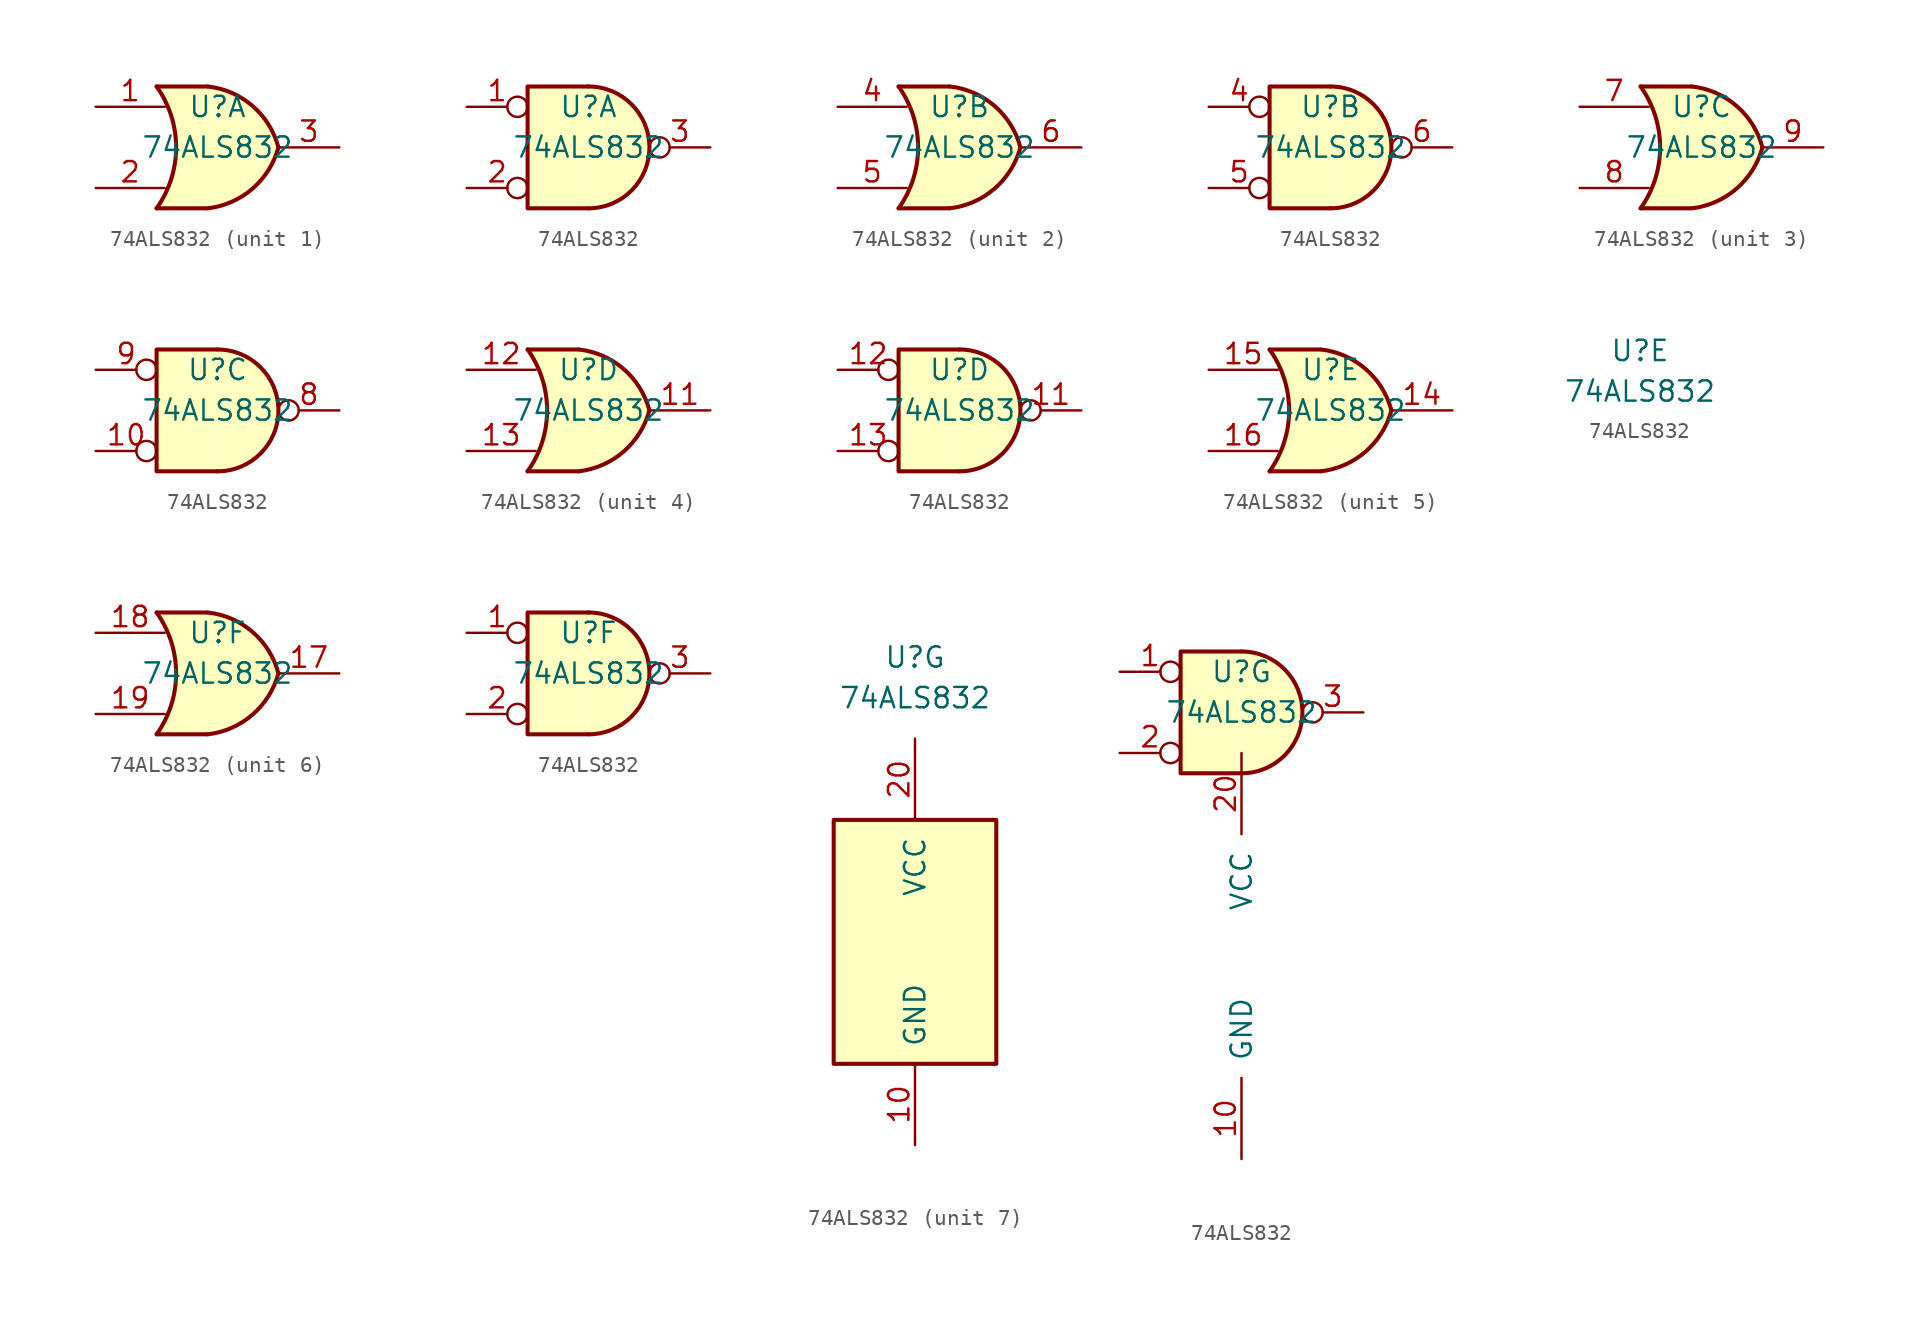
<source format=kicad_sym>
(kicad_symbol_lib
  (version 20220914)
  (generator kicad_symbol_editor)
  (symbol "74ALS832"
    (pin_names
      (offset 1.016))
    (property "Reference" "U"
      (at 0 2.54 0)
      (effects (font (size 1.27 1.27))))
    (property "Value" "74ALS832"
      (at 0 0 0)
      (effects (font (size 1.27 1.27))))
    (property "ki_locked" ""
      (at 0 0 0)
      (effects (font (size 1.27 1.27))))
    (symbol "74ALS832_1_1"
      (arc (start -3.81 -3.81) (mid -2.589 0) (end -3.81 3.81) (stroke (width 0.254) (type default)) (fill (type none)))
      (arc (start -0.6096 -3.81) (mid 2.1842 -2.5851) (end 3.81 0) (stroke (width 0.254) (type default)) (fill (type background)))
      (polyline (pts (xy -3.81 -3.81) (xy -0.635 -3.81)) (stroke (width 0.254) (type default)) (fill (type background)))
      (polyline (pts (xy -3.81 3.81) (xy -0.635 3.81)) (stroke (width 0.254) (type default)) (fill (type background)))
      (polyline (pts (xy -0.635 3.81) (xy -3.81 3.81) (xy -3.81 3.81) (xy -3.556 3.404) (xy -3.023 2.261) (xy -2.692 1.041) (xy -2.616 -0.254) (xy -2.769 -1.499) (xy -3.175 -2.718) (xy -3.81 -3.81) (xy -3.81 -3.81) (xy -0.635 -3.81)) (stroke (width -25.4) (type default)) (fill (type background)))
      (arc (start 3.81 0) (mid 2.1915 2.5936) (end -0.6096 3.81) (stroke (width 0.254) (type default)) (fill (type background)))
      (pin input line (at -7.62 2.54 0) (length 4.318) (name "~" (effects (font (size 1.27 1.27)))) (number "1" (effects (font (size 1.27 1.27)))))
      (pin input line (at -7.62 -2.54 0) (length 4.318) (name "~" (effects (font (size 1.27 1.27)))) (number "2" (effects (font (size 1.27 1.27)))))
      (pin output line (at 7.62 0 180) (length 3.81) (name "~" (effects (font (size 1.27 1.27)))) (number "3" (effects (font (size 1.27 1.27))))))
    (symbol "74ALS832_1_2"
      (arc (start 0 -3.81) (mid 3.7934 0) (end 0 3.81) (stroke (width 0.254) (type default)) (fill (type background)))
      (polyline (pts (xy 0 3.81) (xy -3.81 3.81) (xy -3.81 -3.81) (xy 0 -3.81)) (stroke (width 0.254) (type default)) (fill (type background)))
      (pin input inverted (at -7.62 2.54 0) (length 3.81) (name "~" (effects (font (size 1.27 1.27)))) (number "1" (effects (font (size 1.27 1.27)))))
      (pin input inverted (at -7.62 -2.54 0) (length 3.81) (name "~" (effects (font (size 1.27 1.27)))) (number "2" (effects (font (size 1.27 1.27)))))
      (pin output inverted (at 7.62 0 180) (length 3.81) (name "~" (effects (font (size 1.27 1.27)))) (number "3" (effects (font (size 1.27 1.27))))))
    (symbol "74ALS832_2_1"
      (arc (start -3.81 -3.81) (mid -2.589 0) (end -3.81 3.81) (stroke (width 0.254) (type default)) (fill (type none)))
      (arc (start -0.6096 -3.81) (mid 2.1842 -2.5851) (end 3.81 0) (stroke (width 0.254) (type default)) (fill (type background)))
      (polyline (pts (xy -3.81 -3.81) (xy -0.635 -3.81)) (stroke (width 0.254) (type default)) (fill (type background)))
      (polyline (pts (xy -3.81 3.81) (xy -0.635 3.81)) (stroke (width 0.254) (type default)) (fill (type background)))
      (polyline (pts (xy -0.635 3.81) (xy -3.81 3.81) (xy -3.81 3.81) (xy -3.556 3.404) (xy -3.023 2.261) (xy -2.692 1.041) (xy -2.616 -0.254) (xy -2.769 -1.499) (xy -3.175 -2.718) (xy -3.81 -3.81) (xy -3.81 -3.81) (xy -0.635 -3.81)) (stroke (width -25.4) (type default)) (fill (type background)))
      (arc (start 3.81 0) (mid 2.1915 2.5936) (end -0.6096 3.81) (stroke (width 0.254) (type default)) (fill (type background)))
      (pin input line (at -7.62 2.54 0) (length 4.318) (name "~" (effects (font (size 1.27 1.27)))) (number "4" (effects (font (size 1.27 1.27)))))
      (pin input line (at -7.62 -2.54 0) (length 4.318) (name "~" (effects (font (size 1.27 1.27)))) (number "5" (effects (font (size 1.27 1.27)))))
      (pin output line (at 7.62 0 180) (length 3.81) (name "~" (effects (font (size 1.27 1.27)))) (number "6" (effects (font (size 1.27 1.27))))))
    (symbol "74ALS832_2_2"
      (arc (start 0 -3.81) (mid 3.7934 0) (end 0 3.81) (stroke (width 0.254) (type default)) (fill (type background)))
      (polyline (pts (xy 0 3.81) (xy -3.81 3.81) (xy -3.81 -3.81) (xy 0 -3.81)) (stroke (width 0.254) (type default)) (fill (type background)))
      (pin input inverted (at -7.62 2.54 0) (length 3.81) (name "~" (effects (font (size 1.27 1.27)))) (number "4" (effects (font (size 1.27 1.27)))))
      (pin input inverted (at -7.62 -2.54 0) (length 3.81) (name "~" (effects (font (size 1.27 1.27)))) (number "5" (effects (font (size 1.27 1.27)))))
      (pin output inverted (at 7.62 0 180) (length 3.81) (name "~" (effects (font (size 1.27 1.27)))) (number "6" (effects (font (size 1.27 1.27))))))
    (symbol "74ALS832_3_1"
      (arc (start -3.81 -3.81) (mid -2.589 0) (end -3.81 3.81) (stroke (width 0.254) (type default)) (fill (type none)))
      (arc (start -0.6096 -3.81) (mid 2.1842 -2.5851) (end 3.81 0) (stroke (width 0.254) (type default)) (fill (type background)))
      (polyline (pts (xy -3.81 -3.81) (xy -0.635 -3.81)) (stroke (width 0.254) (type default)) (fill (type background)))
      (polyline (pts (xy -3.81 3.81) (xy -0.635 3.81)) (stroke (width 0.254) (type default)) (fill (type background)))
      (polyline (pts (xy -0.635 3.81) (xy -3.81 3.81) (xy -3.81 3.81) (xy -3.556 3.404) (xy -3.023 2.261) (xy -2.692 1.041) (xy -2.616 -0.254) (xy -2.769 -1.499) (xy -3.175 -2.718) (xy -3.81 -3.81) (xy -3.81 -3.81) (xy -0.635 -3.81)) (stroke (width -25.4) (type default)) (fill (type background)))
      (arc (start 3.81 0) (mid 2.1915 2.5936) (end -0.6096 3.81) (stroke (width 0.254) (type default)) (fill (type background)))
      (pin input line (at -7.62 2.54 0) (length 4.318) (name "~" (effects (font (size 1.27 1.27)))) (number "7" (effects (font (size 1.27 1.27)))))
      (pin input line (at -7.62 -2.54 0) (length 4.318) (name "~" (effects (font (size 1.27 1.27)))) (number "8" (effects (font (size 1.27 1.27)))))
      (pin output line (at 7.62 0 180) (length 3.81) (name "~" (effects (font (size 1.27 1.27)))) (number "9" (effects (font (size 1.27 1.27))))))
    (symbol "74ALS832_3_2"
      (arc (start 0 -3.81) (mid 3.7934 0) (end 0 3.81) (stroke (width 0.254) (type default)) (fill (type background)))
      (polyline (pts (xy 0 3.81) (xy -3.81 3.81) (xy -3.81 -3.81) (xy 0 -3.81)) (stroke (width 0.254) (type default)) (fill (type background)))
      (pin input inverted (at -7.62 -2.54 0) (length 3.81) (name "~" (effects (font (size 1.27 1.27)))) (number "10" (effects (font (size 1.27 1.27)))))
      (pin output inverted (at 7.62 0 180) (length 3.81) (name "~" (effects (font (size 1.27 1.27)))) (number "8" (effects (font (size 1.27 1.27)))))
      (pin input inverted (at -7.62 2.54 0) (length 3.81) (name "~" (effects (font (size 1.27 1.27)))) (number "9" (effects (font (size 1.27 1.27))))))
    (symbol "74ALS832_4_1"
      (arc (start -3.81 -3.81) (mid -2.589 0) (end -3.81 3.81) (stroke (width 0.254) (type default)) (fill (type none)))
      (arc (start -0.6096 -3.81) (mid 2.1842 -2.5851) (end 3.81 0) (stroke (width 0.254) (type default)) (fill (type background)))
      (polyline (pts (xy -3.81 -3.81) (xy -0.635 -3.81)) (stroke (width 0.254) (type default)) (fill (type background)))
      (polyline (pts (xy -3.81 3.81) (xy -0.635 3.81)) (stroke (width 0.254) (type default)) (fill (type background)))
      (polyline (pts (xy -0.635 3.81) (xy -3.81 3.81) (xy -3.81 3.81) (xy -3.556 3.404) (xy -3.023 2.261) (xy -2.692 1.041) (xy -2.616 -0.254) (xy -2.769 -1.499) (xy -3.175 -2.718) (xy -3.81 -3.81) (xy -3.81 -3.81) (xy -0.635 -3.81)) (stroke (width -25.4) (type default)) (fill (type background)))
      (arc (start 3.81 0) (mid 2.1915 2.5936) (end -0.6096 3.81) (stroke (width 0.254) (type default)) (fill (type background)))
      (pin output line (at 7.62 0 180) (length 3.81) (name "~" (effects (font (size 1.27 1.27)))) (number "11" (effects (font (size 1.27 1.27)))))
      (pin input line (at -7.62 2.54 0) (length 4.318) (name "~" (effects (font (size 1.27 1.27)))) (number "12" (effects (font (size 1.27 1.27)))))
      (pin input line (at -7.62 -2.54 0) (length 4.318) (name "~" (effects (font (size 1.27 1.27)))) (number "13" (effects (font (size 1.27 1.27))))))
    (symbol "74ALS832_4_2"
      (arc (start 0 -3.81) (mid 3.7934 0) (end 0 3.81) (stroke (width 0.254) (type default)) (fill (type background)))
      (polyline (pts (xy 0 3.81) (xy -3.81 3.81) (xy -3.81 -3.81) (xy 0 -3.81)) (stroke (width 0.254) (type default)) (fill (type background)))
      (pin output inverted (at 7.62 0 180) (length 3.81) (name "~" (effects (font (size 1.27 1.27)))) (number "11" (effects (font (size 1.27 1.27)))))
      (pin input inverted (at -7.62 2.54 0) (length 3.81) (name "~" (effects (font (size 1.27 1.27)))) (number "12" (effects (font (size 1.27 1.27)))))
      (pin input inverted (at -7.62 -2.54 0) (length 3.81) (name "~" (effects (font (size 1.27 1.27)))) (number "13" (effects (font (size 1.27 1.27))))))
    (symbol "74ALS832_5_1"
      (arc (start -3.81 -3.81) (mid -2.589 0) (end -3.81 3.81) (stroke (width 0.254) (type default)) (fill (type none)))
      (arc (start -0.6096 -3.81) (mid 2.1842 -2.5851) (end 3.81 0) (stroke (width 0.254) (type default)) (fill (type background)))
      (polyline (pts (xy -3.81 -3.81) (xy -0.635 -3.81)) (stroke (width 0.254) (type default)) (fill (type background)))
      (polyline (pts (xy -3.81 3.81) (xy -0.635 3.81)) (stroke (width 0.254) (type default)) (fill (type background)))
      (polyline (pts (xy -0.635 3.81) (xy -3.81 3.81) (xy -3.81 3.81) (xy -3.556 3.404) (xy -3.023 2.261) (xy -2.692 1.041) (xy -2.616 -0.254) (xy -2.769 -1.499) (xy -3.175 -2.718) (xy -3.81 -3.81) (xy -3.81 -3.81) (xy -0.635 -3.81)) (stroke (width -25.4) (type default)) (fill (type background)))
      (arc (start 3.81 0) (mid 2.1915 2.5936) (end -0.6096 3.81) (stroke (width 0.254) (type default)) (fill (type background)))
      (pin output line (at 7.62 0 180) (length 3.81) (name "~" (effects (font (size 1.27 1.27)))) (number "14" (effects (font (size 1.27 1.27)))))
      (pin input line (at -7.62 2.54 0) (length 4.318) (name "~" (effects (font (size 1.27 1.27)))) (number "15" (effects (font (size 1.27 1.27)))))
      (pin input line (at -7.62 -2.54 0) (length 4.318) (name "~" (effects (font (size 1.27 1.27)))) (number "16" (effects (font (size 1.27 1.27))))))
    (symbol "74ALS832_6_1"
      (arc (start -3.81 -3.81) (mid -2.589 0) (end -3.81 3.81) (stroke (width 0.254) (type default)) (fill (type none)))
      (arc (start -0.6096 -3.81) (mid 2.1842 -2.5851) (end 3.81 0) (stroke (width 0.254) (type default)) (fill (type background)))
      (polyline (pts (xy -3.81 -3.81) (xy -0.635 -3.81)) (stroke (width 0.254) (type default)) (fill (type background)))
      (polyline (pts (xy -3.81 3.81) (xy -0.635 3.81)) (stroke (width 0.254) (type default)) (fill (type background)))
      (polyline (pts (xy -0.635 3.81) (xy -3.81 3.81) (xy -3.81 3.81) (xy -3.556 3.404) (xy -3.023 2.261) (xy -2.692 1.041) (xy -2.616 -0.254) (xy -2.769 -1.499) (xy -3.175 -2.718) (xy -3.81 -3.81) (xy -3.81 -3.81) (xy -0.635 -3.81)) (stroke (width -25.4) (type default)) (fill (type background)))
      (arc (start 3.81 0) (mid 2.1915 2.5936) (end -0.6096 3.81) (stroke (width 0.254) (type default)) (fill (type background)))
      (pin output line (at 7.62 0 180) (length 3.81) (name "~" (effects (font (size 1.27 1.27)))) (number "17" (effects (font (size 1.27 1.27)))))
      (pin input line (at -7.62 2.54 0) (length 4.318) (name "~" (effects (font (size 1.27 1.27)))) (number "18" (effects (font (size 1.27 1.27)))))
      (pin input line (at -7.62 -2.54 0) (length 4.318) (name "~" (effects (font (size 1.27 1.27)))) (number "19" (effects (font (size 1.27 1.27))))))
    (symbol "74ALS832_6_2"
      (arc (start 0 -3.81) (mid 3.7934 0) (end 0 3.81) (stroke (width 0.254) (type default)) (fill (type background)))
      (polyline (pts (xy 0 3.81) (xy -3.81 3.81) (xy -3.81 -3.81) (xy 0 -3.81)) (stroke (width 0.254) (type default)) (fill (type background)))
      (pin input inverted (at -7.62 2.54 0) (length 3.81) (name "~" (effects (font (size 1.27 1.27)))) (number "1" (effects (font (size 1.27 1.27)))))
      (pin input inverted (at -7.62 -2.54 0) (length 3.81) (name "~" (effects (font (size 1.27 1.27)))) (number "2" (effects (font (size 1.27 1.27)))))
      (pin output inverted (at 7.62 0 180) (length 3.81) (name "~" (effects (font (size 1.27 1.27)))) (number "3" (effects (font (size 1.27 1.27))))))
    (symbol "74ALS832_7_0"
      (pin power_in line (at 0 -27.94 90) (length 5.08) (name "GND" (effects (font (size 1.27 1.27)))) (number "10" (effects (font (size 1.27 1.27)))))
      (pin power_in line (at 0 -2.54 270) (length 5.08) (name "VCC" (effects (font (size 1.27 1.27)))) (number "20" (effects (font (size 1.27 1.27))))))
    (symbol "74ALS832_7_1"
      (rectangle (start -5.08 -7.62) (end 5.08 -22.86) (stroke (width 0.254) (type default)) (fill (type background))))
    (symbol "74ALS832_7_2"
      (arc (start 0 -3.81) (mid 3.7934 0) (end 0 3.81) (stroke (width 0.254) (type default)) (fill (type background)))
      (polyline (pts (xy 0 3.81) (xy -3.81 3.81) (xy -3.81 -3.81) (xy 0 -3.81)) (stroke (width 0.254) (type default)) (fill (type background)))
      (pin input inverted (at -7.62 2.54 0) (length 3.81) (name "~" (effects (font (size 1.27 1.27)))) (number "1" (effects (font (size 1.27 1.27)))))
      (pin input inverted (at -7.62 -2.54 0) (length 3.81) (name "~" (effects (font (size 1.27 1.27)))) (number "2" (effects (font (size 1.27 1.27)))))
      (pin output inverted (at 7.62 0 180) (length 3.81) (name "~" (effects (font (size 1.27 1.27)))) (number "3" (effects (font (size 1.27 1.27))))))))
</source>
